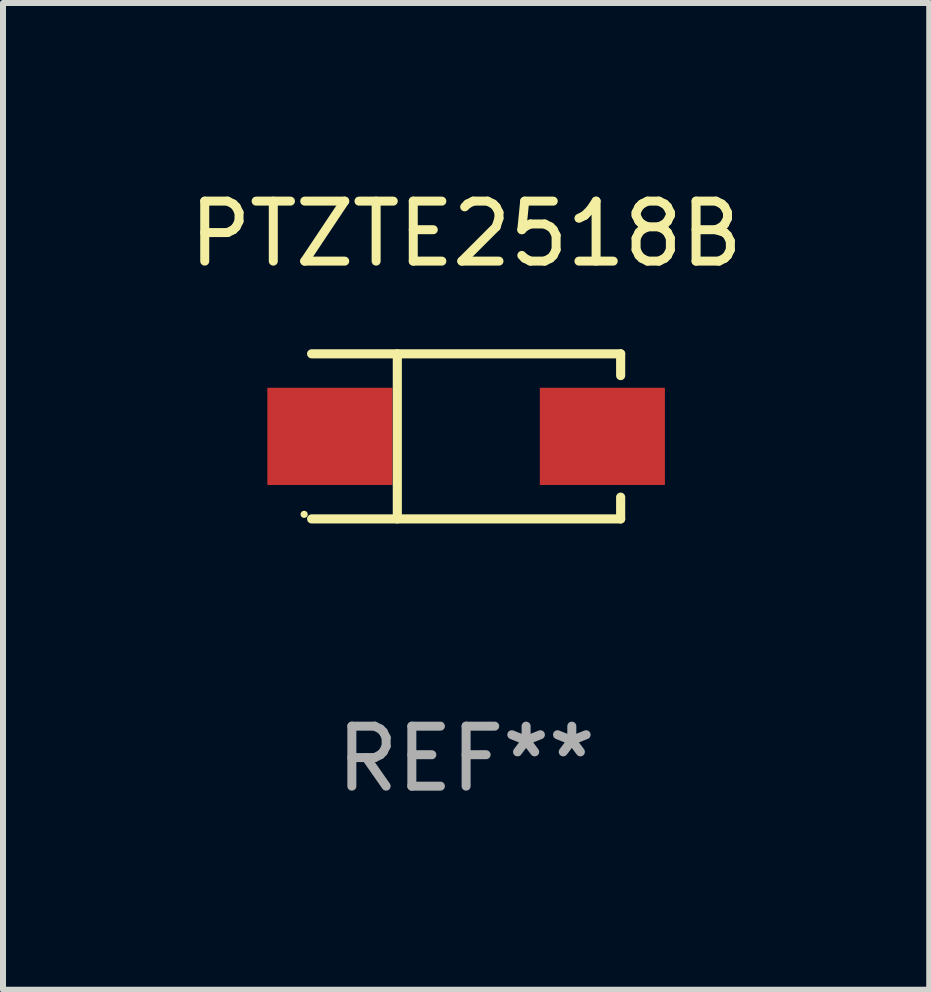
<source format=kicad_pcb>
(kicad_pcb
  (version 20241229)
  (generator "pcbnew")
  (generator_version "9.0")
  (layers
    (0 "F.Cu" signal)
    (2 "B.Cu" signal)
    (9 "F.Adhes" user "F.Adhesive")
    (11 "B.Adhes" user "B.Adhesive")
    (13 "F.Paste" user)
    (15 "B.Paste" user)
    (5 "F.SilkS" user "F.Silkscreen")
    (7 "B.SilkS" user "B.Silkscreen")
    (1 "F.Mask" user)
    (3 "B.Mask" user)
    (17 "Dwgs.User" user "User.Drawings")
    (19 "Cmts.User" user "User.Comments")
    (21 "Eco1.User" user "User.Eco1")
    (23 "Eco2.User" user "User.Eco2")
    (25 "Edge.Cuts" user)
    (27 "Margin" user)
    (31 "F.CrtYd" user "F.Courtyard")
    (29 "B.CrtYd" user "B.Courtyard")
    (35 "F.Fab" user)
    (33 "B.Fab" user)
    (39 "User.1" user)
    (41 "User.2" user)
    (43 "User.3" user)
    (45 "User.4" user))
  (footprint "PTZTE2518B"
    (layer "F.Cu")
    (at 4.72 4.224)
    (property "Reference" "PTZTE2518B" (at 0 -3.376 0) (layer "F.SilkS") (effects (font (size 1 1) (thickness 0.15))))
    (attr through_hole)
    (fp_line (start -2.576 -1.376) (end 2.576 -1.376) (stroke (width 0.152) (type solid)) (layer "F.SilkS"))
    (fp_line (start -2.576 1.376) (end 2.576 1.376) (stroke (width 0.152) (type solid)) (layer "F.SilkS"))
    (fp_line (start -1.147 -1.376) (end -1.147 1.376) (stroke (width 0.152) (type solid)) (layer "F.SilkS"))
    (fp_line (start 2.576 -1.376) (end 2.576 -1.013) (stroke (width 0.152) (type solid)) (layer "F.SilkS"))
    (fp_line (start 2.576 1.376) (end 2.576 1.013) (stroke (width 0.152) (type solid)) (layer "F.SilkS"))
    (fp_circle (center -2.7 1.3) (end -2.67 1.3) (stroke (width 0.06) (type solid)) (fill no) (layer "F.SilkS"))
    (fp_text user "REF**" (at 0 5.376 0) (layer "F.Fab") (effects (font (size 1 1) (thickness 0.15))))
    (pad "1" smd rect (at -2.271 0) (size 2.085 1.62) (layers "F.Cu" "F.Mask" "F.Paste"))
    (pad "2" smd rect (at 2.271 0) (size 2.085 1.62) (layers "F.Cu" "F.Mask" "F.Paste")))
  (gr_rect
    (start -3 -3)
    (end 12.44 13.449)
    (stroke (width 0.1) (type default))
    (fill no)
    (layer "Edge.Cuts")))
</source>
